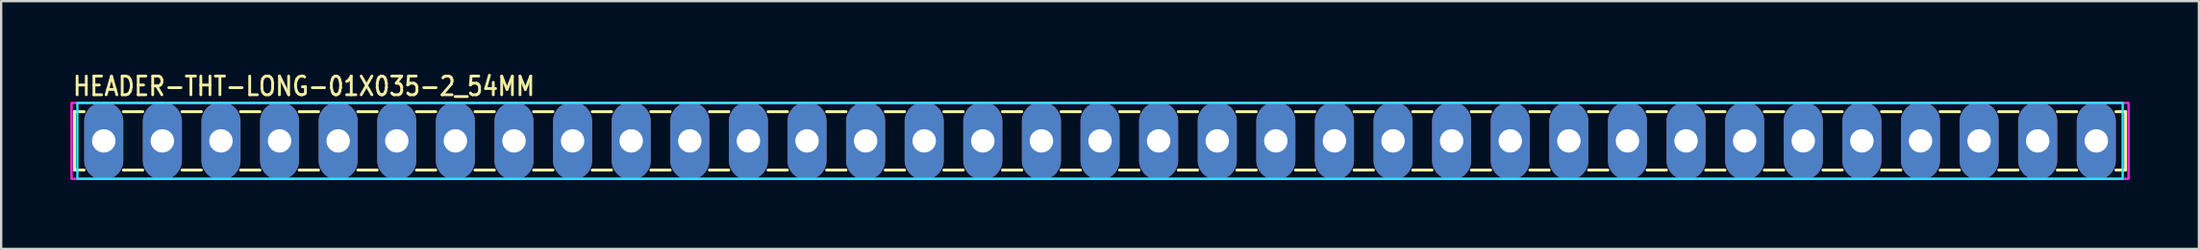
<source format=kicad_pcb>
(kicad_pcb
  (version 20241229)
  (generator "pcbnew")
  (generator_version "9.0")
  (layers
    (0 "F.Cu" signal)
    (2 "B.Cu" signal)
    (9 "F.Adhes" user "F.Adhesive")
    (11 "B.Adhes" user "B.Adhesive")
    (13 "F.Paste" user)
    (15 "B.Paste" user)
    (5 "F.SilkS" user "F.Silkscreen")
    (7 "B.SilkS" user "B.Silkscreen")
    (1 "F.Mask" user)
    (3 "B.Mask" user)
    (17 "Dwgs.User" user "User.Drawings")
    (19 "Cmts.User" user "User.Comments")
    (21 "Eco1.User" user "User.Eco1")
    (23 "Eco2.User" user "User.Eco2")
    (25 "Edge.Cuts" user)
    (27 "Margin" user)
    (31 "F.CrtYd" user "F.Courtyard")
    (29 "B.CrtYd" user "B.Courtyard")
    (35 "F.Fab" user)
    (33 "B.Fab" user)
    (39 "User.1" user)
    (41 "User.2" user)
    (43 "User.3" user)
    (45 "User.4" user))
  (footprint "HEADER-THT-LONG-01X035-2_54MM"
    (layer "F.Cu")
    (at 1.447 3.079)
    (property "Reference" "HEADER-THT-LONG-01X035-2_54MM" (at -1.4 -1.9 0) (unlocked yes) (layer "F.SilkS") (effects (font (size 0.813 0.695) (thickness 0.122)) (justify left bottom)))
    (fp_line (start -1.27 -1.27) (end -1.27 1.27) (stroke (width 0.127) (type solid)) (layer "F.SilkS"))
    (fp_line (start -1.27 1.27) (end -0.85 1.27) (stroke (width 0.127) (type solid)) (layer "F.SilkS"))
    (fp_line (start -0.85 -1.27) (end -1.27 -1.27) (stroke (width 0.127) (type solid)) (layer "F.SilkS"))
    (fp_line (start 0.85 -1.27) (end 1.69 -1.27) (stroke (width 0.127) (type solid)) (layer "F.SilkS"))
    (fp_line (start 0.85 1.27) (end 1.69 1.27) (stroke (width 0.127) (type solid)) (layer "F.SilkS"))
    (fp_line (start 3.39 -1.27) (end 4.23 -1.27) (stroke (width 0.127) (type solid)) (layer "F.SilkS"))
    (fp_line (start 3.39 1.27) (end 4.23 1.27) (stroke (width 0.127) (type solid)) (layer "F.SilkS"))
    (fp_line (start 5.93 -1.27) (end 6.77 -1.27) (stroke (width 0.127) (type solid)) (layer "F.SilkS"))
    (fp_line (start 5.93 1.27) (end 6.77 1.27) (stroke (width 0.127) (type solid)) (layer "F.SilkS"))
    (fp_line (start 8.47 -1.27) (end 9.31 -1.27) (stroke (width 0.127) (type solid)) (layer "F.SilkS"))
    (fp_line (start 8.47 1.27) (end 9.31 1.27) (stroke (width 0.127) (type solid)) (layer "F.SilkS"))
    (fp_line (start 11.01 -1.27) (end 11.85 -1.27) (stroke (width 0.127) (type solid)) (layer "F.SilkS"))
    (fp_line (start 11.01 1.27) (end 11.85 1.27) (stroke (width 0.127) (type solid)) (layer "F.SilkS"))
    (fp_line (start 13.55 -1.27) (end 14.39 -1.27) (stroke (width 0.127) (type solid)) (layer "F.SilkS"))
    (fp_line (start 13.55 1.27) (end 14.39 1.27) (stroke (width 0.127) (type solid)) (layer "F.SilkS"))
    (fp_line (start 16.09 -1.27) (end 16.93 -1.27) (stroke (width 0.127) (type solid)) (layer "F.SilkS"))
    (fp_line (start 16.09 1.27) (end 16.93 1.27) (stroke (width 0.127) (type solid)) (layer "F.SilkS"))
    (fp_line (start 18.63 -1.27) (end 19.47 -1.27) (stroke (width 0.127) (type solid)) (layer "F.SilkS"))
    (fp_line (start 18.63 1.27) (end 19.47 1.27) (stroke (width 0.127) (type solid)) (layer "F.SilkS"))
    (fp_line (start 21.17 -1.27) (end 22.01 -1.27) (stroke (width 0.127) (type solid)) (layer "F.SilkS"))
    (fp_line (start 21.17 1.27) (end 22.01 1.27) (stroke (width 0.127) (type solid)) (layer "F.SilkS"))
    (fp_line (start 23.71 -1.27) (end 24.55 -1.27) (stroke (width 0.127) (type solid)) (layer "F.SilkS"))
    (fp_line (start 23.71 1.27) (end 24.55 1.27) (stroke (width 0.127) (type solid)) (layer "F.SilkS"))
    (fp_line (start 26.25 -1.27) (end 27.09 -1.27) (stroke (width 0.127) (type solid)) (layer "F.SilkS"))
    (fp_line (start 26.25 1.27) (end 27.09 1.27) (stroke (width 0.127) (type solid)) (layer "F.SilkS"))
    (fp_line (start 28.79 -1.27) (end 29.63 -1.27) (stroke (width 0.127) (type solid)) (layer "F.SilkS"))
    (fp_line (start 28.79 1.27) (end 29.63 1.27) (stroke (width 0.127) (type solid)) (layer "F.SilkS"))
    (fp_line (start 31.33 -1.27) (end 32.17 -1.27) (stroke (width 0.127) (type solid)) (layer "F.SilkS"))
    (fp_line (start 31.33 1.27) (end 32.17 1.27) (stroke (width 0.127) (type solid)) (layer "F.SilkS"))
    (fp_line (start 33.87 -1.27) (end 34.71 -1.27) (stroke (width 0.127) (type solid)) (layer "F.SilkS"))
    (fp_line (start 33.87 1.27) (end 34.71 1.27) (stroke (width 0.127) (type solid)) (layer "F.SilkS"))
    (fp_line (start 36.41 -1.27) (end 37.25 -1.27) (stroke (width 0.127) (type solid)) (layer "F.SilkS"))
    (fp_line (start 36.41 1.27) (end 37.25 1.27) (stroke (width 0.127) (type solid)) (layer "F.SilkS"))
    (fp_line (start 38.95 -1.27) (end 39.79 -1.27) (stroke (width 0.127) (type solid)) (layer "F.SilkS"))
    (fp_line (start 38.95 1.27) (end 39.79 1.27) (stroke (width 0.127) (type solid)) (layer "F.SilkS"))
    (fp_line (start 41.49 -1.27) (end 42.33 -1.27) (stroke (width 0.127) (type solid)) (layer "F.SilkS"))
    (fp_line (start 41.49 1.27) (end 42.33 1.27) (stroke (width 0.127) (type solid)) (layer "F.SilkS"))
    (fp_line (start 44.03 -1.27) (end 44.87 -1.27) (stroke (width 0.127) (type solid)) (layer "F.SilkS"))
    (fp_line (start 44.03 1.27) (end 44.87 1.27) (stroke (width 0.127) (type solid)) (layer "F.SilkS"))
    (fp_line (start 46.57 -1.27) (end 47.41 -1.27) (stroke (width 0.127) (type solid)) (layer "F.SilkS"))
    (fp_line (start 46.57 1.27) (end 47.41 1.27) (stroke (width 0.127) (type solid)) (layer "F.SilkS"))
    (fp_line (start 49.11 -1.27) (end 49.95 -1.27) (stroke (width 0.127) (type solid)) (layer "F.SilkS"))
    (fp_line (start 49.11 1.27) (end 49.95 1.27) (stroke (width 0.127) (type solid)) (layer "F.SilkS"))
    (fp_line (start 51.65 -1.27) (end 52.49 -1.27) (stroke (width 0.127) (type solid)) (layer "F.SilkS"))
    (fp_line (start 51.65 1.27) (end 52.49 1.27) (stroke (width 0.127) (type solid)) (layer "F.SilkS"))
    (fp_line (start 54.19 -1.27) (end 55.03 -1.27) (stroke (width 0.127) (type solid)) (layer "F.SilkS"))
    (fp_line (start 54.19 1.27) (end 55.03 1.27) (stroke (width 0.127) (type solid)) (layer "F.SilkS"))
    (fp_line (start 56.73 -1.27) (end 57.57 -1.27) (stroke (width 0.127) (type solid)) (layer "F.SilkS"))
    (fp_line (start 56.73 1.27) (end 57.57 1.27) (stroke (width 0.127) (type solid)) (layer "F.SilkS"))
    (fp_line (start 59.27 -1.27) (end 60.11 -1.27) (stroke (width 0.127) (type solid)) (layer "F.SilkS"))
    (fp_line (start 59.27 1.27) (end 60.11 1.27) (stroke (width 0.127) (type solid)) (layer "F.SilkS"))
    (fp_line (start 61.81 -1.27) (end 62.65 -1.27) (stroke (width 0.127) (type solid)) (layer "F.SilkS"))
    (fp_line (start 61.81 1.27) (end 62.65 1.27) (stroke (width 0.127) (type solid)) (layer "F.SilkS"))
    (fp_line (start 64.35 -1.27) (end 65.19 -1.27) (stroke (width 0.127) (type solid)) (layer "F.SilkS"))
    (fp_line (start 64.35 1.27) (end 65.19 1.27) (stroke (width 0.127) (type solid)) (layer "F.SilkS"))
    (fp_line (start 66.89 -1.27) (end 67.73 -1.27) (stroke (width 0.127) (type solid)) (layer "F.SilkS"))
    (fp_line (start 66.89 1.27) (end 67.73 1.27) (stroke (width 0.127) (type solid)) (layer "F.SilkS"))
    (fp_line (start 69.43 -1.27) (end 70.27 -1.27) (stroke (width 0.127) (type solid)) (layer "F.SilkS"))
    (fp_line (start 69.43 1.27) (end 70.27 1.27) (stroke (width 0.127) (type solid)) (layer "F.SilkS"))
    (fp_line (start 71.97 -1.27) (end 72.81 -1.27) (stroke (width 0.127) (type solid)) (layer "F.SilkS"))
    (fp_line (start 71.97 1.27) (end 72.81 1.27) (stroke (width 0.127) (type solid)) (layer "F.SilkS"))
    (fp_line (start 74.51 -1.27) (end 75.35 -1.27) (stroke (width 0.127) (type solid)) (layer "F.SilkS"))
    (fp_line (start 74.51 1.27) (end 75.35 1.27) (stroke (width 0.127) (type solid)) (layer "F.SilkS"))
    (fp_line (start 77.05 -1.27) (end 77.89 -1.27) (stroke (width 0.127) (type solid)) (layer "F.SilkS"))
    (fp_line (start 77.05 1.27) (end 77.89 1.27) (stroke (width 0.127) (type solid)) (layer "F.SilkS"))
    (fp_line (start 79.59 -1.27) (end 80.43 -1.27) (stroke (width 0.127) (type solid)) (layer "F.SilkS"))
    (fp_line (start 79.59 1.27) (end 80.43 1.27) (stroke (width 0.127) (type solid)) (layer "F.SilkS"))
    (fp_line (start 82.13 -1.27) (end 82.97 -1.27) (stroke (width 0.127) (type solid)) (layer "F.SilkS"))
    (fp_line (start 82.13 1.27) (end 82.97 1.27) (stroke (width 0.127) (type solid)) (layer "F.SilkS"))
    (fp_line (start 84.67 -1.27) (end 85.51 -1.27) (stroke (width 0.127) (type solid)) (layer "F.SilkS"))
    (fp_line (start 84.67 1.27) (end 85.51 1.27) (stroke (width 0.127) (type solid)) (layer "F.SilkS"))
    (fp_line (start 87.21 -1.27) (end 87.63 -1.27) (stroke (width 0.127) (type solid)) (layer "F.SilkS"))
    (fp_line (start 87.63 -1.27) (end 87.63 1.27) (stroke (width 0.127) (type solid)) (layer "F.SilkS"))
    (fp_line (start 87.63 1.27) (end 87.21 1.27) (stroke (width 0.127) (type solid)) (layer "F.SilkS"))
    (fp_poly (pts (xy -1.143 -1.651) (xy 87.503 -1.651) (xy 87.503 1.651) (xy -1.143 1.651)) (stroke (width 0.1) (type solid)) (fill no) (layer "B.CrtYd"))
    (fp_poly (pts (xy -1.397 -1.651) (xy 87.757 -1.651) (xy 87.757 1.651) (xy -1.397 1.651)) (stroke (width 0.1) (type solid)) (fill no) (layer "F.CrtYd"))
    (pad "1" thru_hole oval (at 0 0 90) (size 3.387 1.693) (drill 1.016) (layers "*.Cu" "*.Mask"))
    (pad "2" thru_hole oval (at 2.54 0 90) (size 3.387 1.693) (drill 1.016) (layers "*.Cu" "*.Mask"))
    (pad "3" thru_hole oval (at 5.08 0 90) (size 3.387 1.693) (drill 1.016) (layers "*.Cu" "*.Mask"))
    (pad "4" thru_hole oval (at 7.62 0 90) (size 3.387 1.693) (drill 1.016) (layers "*.Cu" "*.Mask"))
    (pad "5" thru_hole oval (at 10.16 0 90) (size 3.387 1.693) (drill 1.016) (layers "*.Cu" "*.Mask"))
    (pad "6" thru_hole oval (at 12.7 0 90) (size 3.387 1.693) (drill 1.016) (layers "*.Cu" "*.Mask"))
    (pad "7" thru_hole oval (at 15.24 0 90) (size 3.387 1.693) (drill 1.016) (layers "*.Cu" "*.Mask"))
    (pad "8" thru_hole oval (at 17.78 0 90) (size 3.387 1.693) (drill 1.016) (layers "*.Cu" "*.Mask"))
    (pad "9" thru_hole oval (at 20.32 0 90) (size 3.387 1.693) (drill 1.016) (layers "*.Cu" "*.Mask"))
    (pad "10" thru_hole oval (at 22.86 0 90) (size 3.387 1.693) (drill 1.016) (layers "*.Cu" "*.Mask"))
    (pad "11" thru_hole oval (at 25.4 0 90) (size 3.387 1.693) (drill 1.016) (layers "*.Cu" "*.Mask"))
    (pad "12" thru_hole oval (at 27.94 0 90) (size 3.387 1.693) (drill 1.016) (layers "*.Cu" "*.Mask"))
    (pad "13" thru_hole oval (at 30.48 0 90) (size 3.387 1.693) (drill 1.016) (layers "*.Cu" "*.Mask"))
    (pad "14" thru_hole oval (at 33.02 0 90) (size 3.387 1.693) (drill 1.016) (layers "*.Cu" "*.Mask"))
    (pad "15" thru_hole oval (at 35.56 0 90) (size 3.387 1.693) (drill 1.016) (layers "*.Cu" "*.Mask"))
    (pad "16" thru_hole oval (at 38.1 0 90) (size 3.387 1.693) (drill 1.016) (layers "*.Cu" "*.Mask"))
    (pad "17" thru_hole oval (at 40.64 0 90) (size 3.387 1.693) (drill 1.016) (layers "*.Cu" "*.Mask"))
    (pad "18" thru_hole oval (at 43.18 0 90) (size 3.387 1.693) (drill 1.016) (layers "*.Cu" "*.Mask"))
    (pad "19" thru_hole oval (at 45.72 0 90) (size 3.387 1.693) (drill 1.016) (layers "*.Cu" "*.Mask"))
    (pad "20" thru_hole oval (at 48.26 0 90) (size 3.387 1.693) (drill 1.016) (layers "*.Cu" "*.Mask"))
    (pad "21" thru_hole oval (at 50.8 0 90) (size 3.387 1.693) (drill 1.016) (layers "*.Cu" "*.Mask"))
    (pad "22" thru_hole oval (at 53.34 0 90) (size 3.387 1.693) (drill 1.016) (layers "*.Cu" "*.Mask"))
    (pad "23" thru_hole oval (at 55.88 0 90) (size 3.387 1.693) (drill 1.016) (layers "*.Cu" "*.Mask"))
    (pad "24" thru_hole oval (at 58.42 0 90) (size 3.387 1.693) (drill 1.016) (layers "*.Cu" "*.Mask"))
    (pad "25" thru_hole oval (at 60.96 0 90) (size 3.387 1.693) (drill 1.016) (layers "*.Cu" "*.Mask"))
    (pad "26" thru_hole oval (at 63.5 0 90) (size 3.387 1.693) (drill 1.016) (layers "*.Cu" "*.Mask"))
    (pad "27" thru_hole oval (at 66.04 0 90) (size 3.387 1.693) (drill 1.016) (layers "*.Cu" "*.Mask"))
    (pad "28" thru_hole oval (at 68.58 0 90) (size 3.387 1.693) (drill 1.016) (layers "*.Cu" "*.Mask"))
    (pad "29" thru_hole oval (at 71.12 0 90) (size 3.387 1.693) (drill 1.016) (layers "*.Cu" "*.Mask"))
    (pad "30" thru_hole oval (at 73.66 0 90) (size 3.387 1.693) (drill 1.016) (layers "*.Cu" "*.Mask"))
    (pad "31" thru_hole oval (at 76.2 0 90) (size 3.387 1.693) (drill 1.016) (layers "*.Cu" "*.Mask"))
    (pad "32" thru_hole oval (at 78.74 0 90) (size 3.387 1.693) (drill 1.016) (layers "*.Cu" "*.Mask"))
    (pad "33" thru_hole oval (at 81.28 0 90) (size 3.387 1.693) (drill 1.016) (layers "*.Cu" "*.Mask"))
    (pad "34" thru_hole oval (at 83.82 0 90) (size 3.387 1.693) (drill 1.016) (layers "*.Cu" "*.Mask"))
    (pad "35" thru_hole oval (at 86.36 0 90) (size 3.387 1.693) (drill 1.016) (layers "*.Cu" "*.Mask")))
  (gr_rect
    (start -3 -3)
    (end 92.254 7.78)
    (stroke (width 0.1) (type default))
    (fill no)
    (layer "Edge.Cuts")))
</source>
